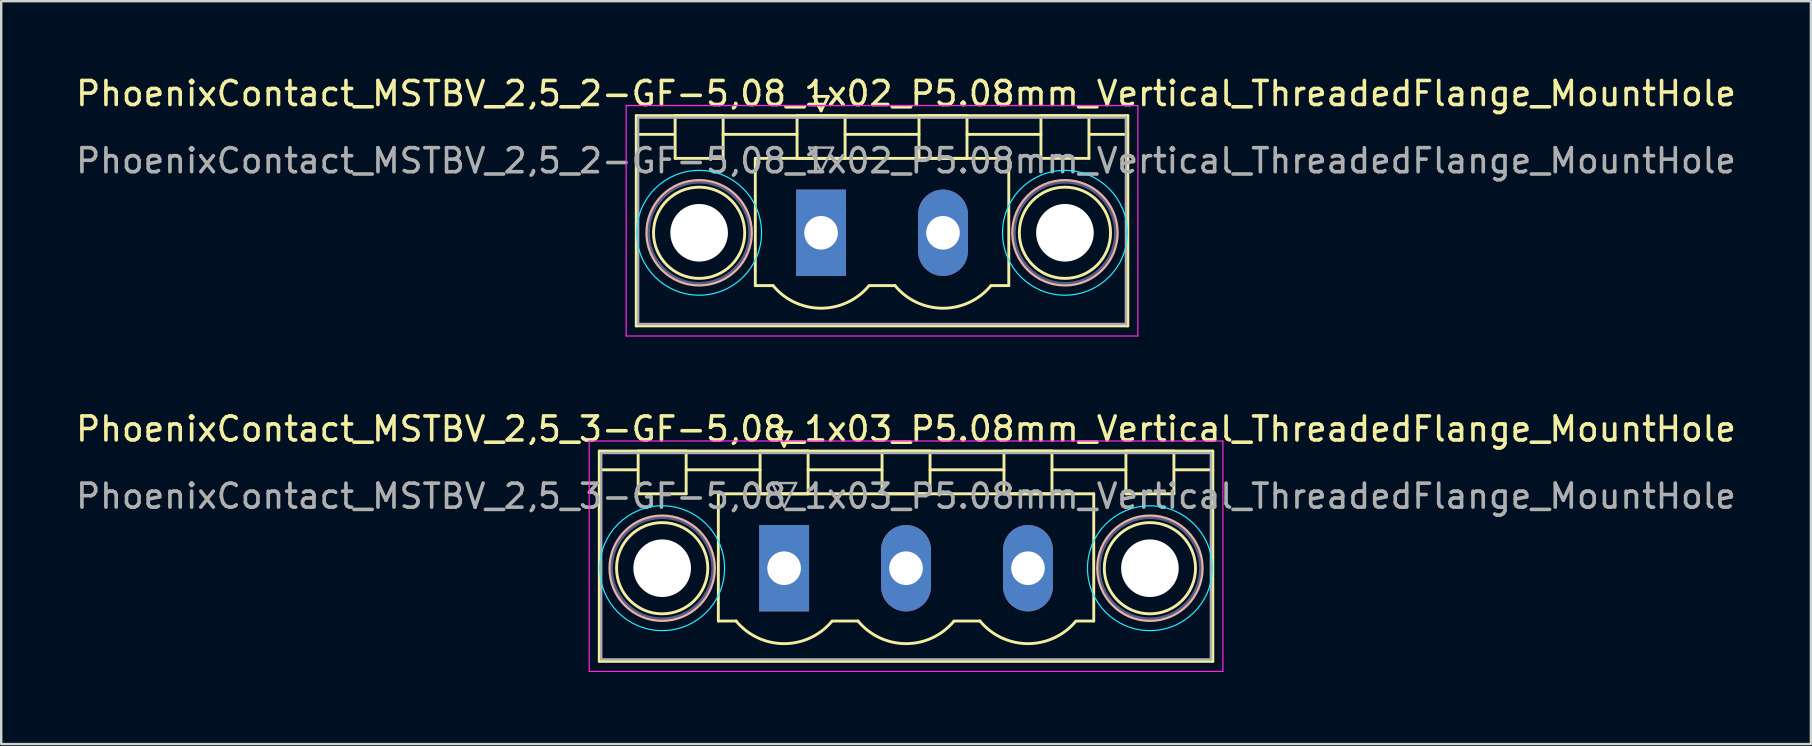
<source format=kicad_pcb>
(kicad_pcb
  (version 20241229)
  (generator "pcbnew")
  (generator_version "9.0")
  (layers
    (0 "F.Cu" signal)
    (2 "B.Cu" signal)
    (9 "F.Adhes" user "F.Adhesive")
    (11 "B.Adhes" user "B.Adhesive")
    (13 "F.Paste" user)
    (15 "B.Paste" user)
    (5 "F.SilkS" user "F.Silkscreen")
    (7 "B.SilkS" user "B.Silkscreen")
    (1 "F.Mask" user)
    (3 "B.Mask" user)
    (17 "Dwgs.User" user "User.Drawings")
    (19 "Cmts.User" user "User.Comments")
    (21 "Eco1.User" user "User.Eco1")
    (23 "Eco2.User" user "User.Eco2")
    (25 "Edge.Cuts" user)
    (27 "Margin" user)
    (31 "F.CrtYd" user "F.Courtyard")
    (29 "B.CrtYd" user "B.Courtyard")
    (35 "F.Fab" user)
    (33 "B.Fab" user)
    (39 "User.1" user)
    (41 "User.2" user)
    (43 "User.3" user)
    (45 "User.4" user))
  (footprint "PhoenixContact_MSTBV_2,5_3-GF-5,08_1x03_P5.08mm_Vertical_ThreadedFlange_MountHole"
    (layer "F.Cu")
    (at 29.616 20.622)
    (property "Reference" "PhoenixContact_MSTBV_2,5_3-GF-5,08_1x03_P5.08mm_Vertical_ThreadedFlange_MountHole" (at 5.08 -5.8 0) (layer "F.SilkS") (effects (font (size 1 1) (thickness 0.15))))
    (attr through_hole)
    (fp_line (start -7.7 -4.88) (end -7.7 3.88) (stroke (width 0.12) (type solid)) (layer "F.SilkS"))
    (fp_line (start -7.7 -4.1) (end -6.16 -4.1) (stroke (width 0.12) (type solid)) (layer "F.SilkS"))
    (fp_line (start -7.7 3.88) (end 17.86 3.88) (stroke (width 0.12) (type solid)) (layer "F.SilkS"))
    (fp_line (start -6.08 -4.88) (end -4.08 -4.88) (stroke (width 0.12) (type solid)) (layer "F.SilkS"))
    (fp_line (start -6.08 -3.1) (end -6.08 -4.88) (stroke (width 0.12) (type solid)) (layer "F.SilkS"))
    (fp_line (start -4.08 -4.88) (end -4.08 -3.1) (stroke (width 0.12) (type solid)) (layer "F.SilkS"))
    (fp_line (start -4.08 -4.1) (end -1 -4.1) (stroke (width 0.12) (type solid)) (layer "F.SilkS"))
    (fp_line (start -4.08 -3.1) (end -6.08 -3.1) (stroke (width 0.12) (type solid)) (layer "F.SilkS"))
    (fp_line (start -2.74 -3.1) (end 12.9 -3.1) (stroke (width 0.12) (type solid)) (layer "F.SilkS"))
    (fp_line (start -2.74 2.2) (end -2.74 -3.1) (stroke (width 0.12) (type solid)) (layer "F.SilkS"))
    (fp_line (start -2 2.2) (end -2.74 2.2) (stroke (width 0.12) (type solid)) (layer "F.SilkS"))
    (fp_line (start -1 -4.88) (end 1 -4.88) (stroke (width 0.12) (type solid)) (layer "F.SilkS"))
    (fp_line (start -1 -3.1) (end -1 -4.88) (stroke (width 0.12) (type solid)) (layer "F.SilkS"))
    (fp_line (start -0.3 -5.68) (end 0.3 -5.68) (stroke (width 0.12) (type solid)) (layer "F.SilkS"))
    (fp_line (start 0 -5.08) (end -0.3 -5.68) (stroke (width 0.12) (type solid)) (layer "F.SilkS"))
    (fp_line (start 0.3 -5.68) (end 0 -5.08) (stroke (width 0.12) (type solid)) (layer "F.SilkS"))
    (fp_line (start 1 -4.88) (end 1 -3.1) (stroke (width 0.12) (type solid)) (layer "F.SilkS"))
    (fp_line (start 1 -4.1) (end 4.08 -4.1) (stroke (width 0.12) (type solid)) (layer "F.SilkS"))
    (fp_line (start 1 -3.1) (end -1 -3.1) (stroke (width 0.12) (type solid)) (layer "F.SilkS"))
    (fp_line (start 2 2.2) (end 3.08 2.2) (stroke (width 0.12) (type solid)) (layer "F.SilkS"))
    (fp_line (start 4.08 -4.88) (end 6.08 -4.88) (stroke (width 0.12) (type solid)) (layer "F.SilkS"))
    (fp_line (start 4.08 -3.1) (end 4.08 -4.88) (stroke (width 0.12) (type solid)) (layer "F.SilkS"))
    (fp_line (start 6.08 -4.88) (end 6.08 -3.1) (stroke (width 0.12) (type solid)) (layer "F.SilkS"))
    (fp_line (start 6.08 -4.1) (end 9.16 -4.1) (stroke (width 0.12) (type solid)) (layer "F.SilkS"))
    (fp_line (start 6.08 -3.1) (end 4.08 -3.1) (stroke (width 0.12) (type solid)) (layer "F.SilkS"))
    (fp_line (start 7.08 2.2) (end 8.16 2.2) (stroke (width 0.12) (type solid)) (layer "F.SilkS"))
    (fp_line (start 9.16 -4.88) (end 11.16 -4.88) (stroke (width 0.12) (type solid)) (layer "F.SilkS"))
    (fp_line (start 9.16 -3.1) (end 9.16 -4.88) (stroke (width 0.12) (type solid)) (layer "F.SilkS"))
    (fp_line (start 11.16 -4.88) (end 11.16 -3.1) (stroke (width 0.12) (type solid)) (layer "F.SilkS"))
    (fp_line (start 11.16 -4.1) (end 14.24 -4.1) (stroke (width 0.12) (type solid)) (layer "F.SilkS"))
    (fp_line (start 11.16 -3.1) (end 9.16 -3.1) (stroke (width 0.12) (type solid)) (layer "F.SilkS"))
    (fp_line (start 12.9 -3.1) (end 12.9 2.2) (stroke (width 0.12) (type solid)) (layer "F.SilkS"))
    (fp_line (start 12.9 2.2) (end 12.16 2.2) (stroke (width 0.12) (type solid)) (layer "F.SilkS"))
    (fp_line (start 14.24 -4.88) (end 16.24 -4.88) (stroke (width 0.12) (type solid)) (layer "F.SilkS"))
    (fp_line (start 14.24 -3.1) (end 14.24 -4.88) (stroke (width 0.12) (type solid)) (layer "F.SilkS"))
    (fp_line (start 16.24 -4.88) (end 16.24 -3.1) (stroke (width 0.12) (type solid)) (layer "F.SilkS"))
    (fp_line (start 16.24 -3.1) (end 14.24 -3.1) (stroke (width 0.12) (type solid)) (layer "F.SilkS"))
    (fp_line (start 17.86 -4.88) (end -7.7 -4.88) (stroke (width 0.12) (type solid)) (layer "F.SilkS"))
    (fp_line (start 17.86 -4.1) (end 16.32 -4.1) (stroke (width 0.12) (type solid)) (layer "F.SilkS"))
    (fp_line (start 17.86 3.88) (end 17.86 -4.88) (stroke (width 0.12) (type solid)) (layer "F.SilkS"))
    (fp_arc (start 1.986842 2.215821) (mid -0.010289 3.142758) (end -2 2.2) (stroke (width 0.12) (type solid)) (layer "F.SilkS"))
    (fp_arc (start 7.066842 2.215821) (mid 5.069711 3.142758) (end 3.08 2.2) (stroke (width 0.12) (type solid)) (layer "F.SilkS"))
    (fp_arc (start 12.146842 2.215821) (mid 10.149711 3.142758) (end 8.16 2.2) (stroke (width 0.12) (type solid)) (layer "F.SilkS"))
    (fp_circle (center -5.08 0) (end -3.18 0) (stroke (width 0.12) (type solid)) (fill no) (layer "F.SilkS"))
    (fp_circle (center 15.24 0) (end 17.14 0) (stroke (width 0.12) (type solid)) (fill no) (layer "F.SilkS"))
    (fp_circle (center -5.08 0) (end -2.9 0) (stroke (width 0.12) (type solid)) (fill no) (layer "B.SilkS"))
    (fp_circle (center 15.24 0) (end 17.42 0) (stroke (width 0.12) (type solid)) (fill no) (layer "B.SilkS"))
    (fp_circle (center -5.08 0) (end -2.48 0) (stroke (width 0.05) (type solid)) (fill no) (layer "B.CrtYd"))
    (fp_circle (center 15.24 0) (end 17.84 0) (stroke (width 0.05) (type solid)) (fill no) (layer "B.CrtYd"))
    (fp_line (start -8.12 -5.3) (end -8.12 4.3) (stroke (width 0.05) (type solid)) (layer "F.CrtYd"))
    (fp_line (start -8.12 4.3) (end 18.28 4.3) (stroke (width 0.05) (type solid)) (layer "F.CrtYd"))
    (fp_line (start 18.28 -5.3) (end -8.12 -5.3) (stroke (width 0.05) (type solid)) (layer "F.CrtYd"))
    (fp_line (start 18.28 4.3) (end 18.28 -5.3) (stroke (width 0.05) (type solid)) (layer "F.CrtYd"))
    (fp_circle (center -5.08 0) (end -2.98 0) (stroke (width 0.1) (type solid)) (fill no) (layer "B.Fab"))
    (fp_circle (center 15.24 0) (end 17.34 0) (stroke (width 0.1) (type solid)) (fill no) (layer "B.Fab"))
    (fp_line (start -7.62 -4.8) (end -7.62 3.8) (stroke (width 0.1) (type solid)) (layer "F.Fab"))
    (fp_line (start -7.62 3.8) (end 17.78 3.8) (stroke (width 0.1) (type solid)) (layer "F.Fab"))
    (fp_line (start -0.5 -3.55) (end 0.5 -3.55) (stroke (width 0.1) (type solid)) (layer "F.Fab"))
    (fp_line (start 0 -2.55) (end -0.5 -3.55) (stroke (width 0.1) (type solid)) (layer "F.Fab"))
    (fp_line (start 0.5 -3.55) (end 0 -2.55) (stroke (width 0.1) (type solid)) (layer "F.Fab"))
    (fp_line (start 17.78 -4.8) (end -7.62 -4.8) (stroke (width 0.1) (type solid)) (layer "F.Fab"))
    (fp_line (start 17.78 3.8) (end 17.78 -4.8) (stroke (width 0.1) (type solid)) (layer "F.Fab"))
    (fp_text user "${REFERENCE}" (at 5.08 -3 0) (layer "F.Fab") (effects (font (size 1 1) (thickness 0.15))))
    (pad "" np_thru_hole circle (at -5.08 0) (size 2.4 2.4) (drill 2.4) (layers "*.Cu" "*.Mask"))
    (pad "" np_thru_hole circle (at 15.24 0) (size 2.4 2.4) (drill 2.4) (layers "*.Cu" "*.Mask"))
    (pad "1" thru_hole rect (at 0 0) (size 2.08 3.6) (drill 1.4) (layers "*.Cu" "*.Mask"))
    (pad "2" thru_hole oval (at 5.08 0) (size 2.08 3.6) (drill 1.4) (layers "*.Cu" "*.Mask"))
    (pad "3" thru_hole oval (at 10.16 0) (size 2.08 3.6) (drill 1.4) (layers "*.Cu" "*.Mask")))
  (footprint "PhoenixContact_MSTBV_2,5_2-GF-5,08_1x02_P5.08mm_Vertical_ThreadedFlange_MountHole"
    (layer "F.Cu")
    (at 31.156 6.648)
    (property "Reference" "PhoenixContact_MSTBV_2,5_2-GF-5,08_1x02_P5.08mm_Vertical_ThreadedFlange_MountHole" (at 3.54 -5.8 0) (layer "F.SilkS") (effects (font (size 1 1) (thickness 0.15))))
    (attr through_hole)
    (fp_line (start -7.7 -4.88) (end -7.7 3.88) (stroke (width 0.12) (type solid)) (layer "F.SilkS"))
    (fp_line (start -7.7 -4.1) (end -6.16 -4.1) (stroke (width 0.12) (type solid)) (layer "F.SilkS"))
    (fp_line (start -7.7 3.88) (end 12.78 3.88) (stroke (width 0.12) (type solid)) (layer "F.SilkS"))
    (fp_line (start -6.08 -4.88) (end -4.08 -4.88) (stroke (width 0.12) (type solid)) (layer "F.SilkS"))
    (fp_line (start -6.08 -3.1) (end -6.08 -4.88) (stroke (width 0.12) (type solid)) (layer "F.SilkS"))
    (fp_line (start -4.08 -4.88) (end -4.08 -3.1) (stroke (width 0.12) (type solid)) (layer "F.SilkS"))
    (fp_line (start -4.08 -4.1) (end -1 -4.1) (stroke (width 0.12) (type solid)) (layer "F.SilkS"))
    (fp_line (start -4.08 -3.1) (end -6.08 -3.1) (stroke (width 0.12) (type solid)) (layer "F.SilkS"))
    (fp_line (start -2.74 -3.1) (end 7.82 -3.1) (stroke (width 0.12) (type solid)) (layer "F.SilkS"))
    (fp_line (start -2.74 2.2) (end -2.74 -3.1) (stroke (width 0.12) (type solid)) (layer "F.SilkS"))
    (fp_line (start -2 2.2) (end -2.74 2.2) (stroke (width 0.12) (type solid)) (layer "F.SilkS"))
    (fp_line (start -1 -4.88) (end 1 -4.88) (stroke (width 0.12) (type solid)) (layer "F.SilkS"))
    (fp_line (start -1 -3.1) (end -1 -4.88) (stroke (width 0.12) (type solid)) (layer "F.SilkS"))
    (fp_line (start -0.3 -5.68) (end 0.3 -5.68) (stroke (width 0.12) (type solid)) (layer "F.SilkS"))
    (fp_line (start 0 -5.08) (end -0.3 -5.68) (stroke (width 0.12) (type solid)) (layer "F.SilkS"))
    (fp_line (start 0.3 -5.68) (end 0 -5.08) (stroke (width 0.12) (type solid)) (layer "F.SilkS"))
    (fp_line (start 1 -4.88) (end 1 -3.1) (stroke (width 0.12) (type solid)) (layer "F.SilkS"))
    (fp_line (start 1 -4.1) (end 4.08 -4.1) (stroke (width 0.12) (type solid)) (layer "F.SilkS"))
    (fp_line (start 1 -3.1) (end -1 -3.1) (stroke (width 0.12) (type solid)) (layer "F.SilkS"))
    (fp_line (start 2 2.2) (end 3.08 2.2) (stroke (width 0.12) (type solid)) (layer "F.SilkS"))
    (fp_line (start 4.08 -4.88) (end 6.08 -4.88) (stroke (width 0.12) (type solid)) (layer "F.SilkS"))
    (fp_line (start 4.08 -3.1) (end 4.08 -4.88) (stroke (width 0.12) (type solid)) (layer "F.SilkS"))
    (fp_line (start 6.08 -4.88) (end 6.08 -3.1) (stroke (width 0.12) (type solid)) (layer "F.SilkS"))
    (fp_line (start 6.08 -4.1) (end 9.16 -4.1) (stroke (width 0.12) (type solid)) (layer "F.SilkS"))
    (fp_line (start 6.08 -3.1) (end 4.08 -3.1) (stroke (width 0.12) (type solid)) (layer "F.SilkS"))
    (fp_line (start 7.82 -3.1) (end 7.82 2.2) (stroke (width 0.12) (type solid)) (layer "F.SilkS"))
    (fp_line (start 7.82 2.2) (end 7.08 2.2) (stroke (width 0.12) (type solid)) (layer "F.SilkS"))
    (fp_line (start 9.16 -4.88) (end 11.16 -4.88) (stroke (width 0.12) (type solid)) (layer "F.SilkS"))
    (fp_line (start 9.16 -3.1) (end 9.16 -4.88) (stroke (width 0.12) (type solid)) (layer "F.SilkS"))
    (fp_line (start 11.16 -4.88) (end 11.16 -3.1) (stroke (width 0.12) (type solid)) (layer "F.SilkS"))
    (fp_line (start 11.16 -3.1) (end 9.16 -3.1) (stroke (width 0.12) (type solid)) (layer "F.SilkS"))
    (fp_line (start 12.78 -4.88) (end -7.7 -4.88) (stroke (width 0.12) (type solid)) (layer "F.SilkS"))
    (fp_line (start 12.78 -4.1) (end 11.24 -4.1) (stroke (width 0.12) (type solid)) (layer "F.SilkS"))
    (fp_line (start 12.78 3.88) (end 12.78 -4.88) (stroke (width 0.12) (type solid)) (layer "F.SilkS"))
    (fp_arc (start 1.986842 2.215821) (mid -0.010289 3.142758) (end -2 2.2) (stroke (width 0.12) (type solid)) (layer "F.SilkS"))
    (fp_arc (start 7.066842 2.215821) (mid 5.069711 3.142758) (end 3.08 2.2) (stroke (width 0.12) (type solid)) (layer "F.SilkS"))
    (fp_circle (center -5.08 0) (end -3.18 0) (stroke (width 0.12) (type solid)) (fill no) (layer "F.SilkS"))
    (fp_circle (center 10.16 0) (end 12.06 0) (stroke (width 0.12) (type solid)) (fill no) (layer "F.SilkS"))
    (fp_circle (center -5.08 0) (end -2.9 0) (stroke (width 0.12) (type solid)) (fill no) (layer "B.SilkS"))
    (fp_circle (center 10.16 0) (end 12.34 0) (stroke (width 0.12) (type solid)) (fill no) (layer "B.SilkS"))
    (fp_circle (center -5.08 0) (end -2.48 0) (stroke (width 0.05) (type solid)) (fill no) (layer "B.CrtYd"))
    (fp_circle (center 10.16 0) (end 12.76 0) (stroke (width 0.05) (type solid)) (fill no) (layer "B.CrtYd"))
    (fp_line (start -8.12 -5.3) (end -8.12 4.3) (stroke (width 0.05) (type solid)) (layer "F.CrtYd"))
    (fp_line (start -8.12 4.3) (end 13.2 4.3) (stroke (width 0.05) (type solid)) (layer "F.CrtYd"))
    (fp_line (start 13.2 -5.3) (end -8.12 -5.3) (stroke (width 0.05) (type solid)) (layer "F.CrtYd"))
    (fp_line (start 13.2 4.3) (end 13.2 -5.3) (stroke (width 0.05) (type solid)) (layer "F.CrtYd"))
    (fp_circle (center -5.08 0) (end -2.98 0) (stroke (width 0.1) (type solid)) (fill no) (layer "B.Fab"))
    (fp_circle (center 10.16 0) (end 12.26 0) (stroke (width 0.1) (type solid)) (fill no) (layer "B.Fab"))
    (fp_line (start -7.62 -4.8) (end -7.62 3.8) (stroke (width 0.1) (type solid)) (layer "F.Fab"))
    (fp_line (start -7.62 3.8) (end 12.7 3.8) (stroke (width 0.1) (type solid)) (layer "F.Fab"))
    (fp_line (start -0.5 -3.55) (end 0.5 -3.55) (stroke (width 0.1) (type solid)) (layer "F.Fab"))
    (fp_line (start 0 -2.55) (end -0.5 -3.55) (stroke (width 0.1) (type solid)) (layer "F.Fab"))
    (fp_line (start 0.5 -3.55) (end 0 -2.55) (stroke (width 0.1) (type solid)) (layer "F.Fab"))
    (fp_line (start 12.7 -4.8) (end -7.62 -4.8) (stroke (width 0.1) (type solid)) (layer "F.Fab"))
    (fp_line (start 12.7 3.8) (end 12.7 -4.8) (stroke (width 0.1) (type solid)) (layer "F.Fab"))
    (fp_text user "${REFERENCE}" (at 3.54 -3 0) (layer "F.Fab") (effects (font (size 1 1) (thickness 0.15))))
    (pad "" np_thru_hole circle (at -5.08 0) (size 2.4 2.4) (drill 2.4) (layers "*.Cu" "*.Mask"))
    (pad "" np_thru_hole circle (at 10.16 0) (size 2.4 2.4) (drill 2.4) (layers "*.Cu" "*.Mask"))
    (pad "1" thru_hole rect (at 0 0) (size 2.08 3.6) (drill 1.4) (layers "*.Cu" "*.Mask"))
    (pad "2" thru_hole oval (at 5.08 0) (size 2.08 3.6) (drill 1.4) (layers "*.Cu" "*.Mask")))
  (gr_rect
    (start -3 -3)
    (end 72.393 27.947)
    (stroke (width 0.1) (type default))
    (fill no)
    (layer "Edge.Cuts")))
</source>
